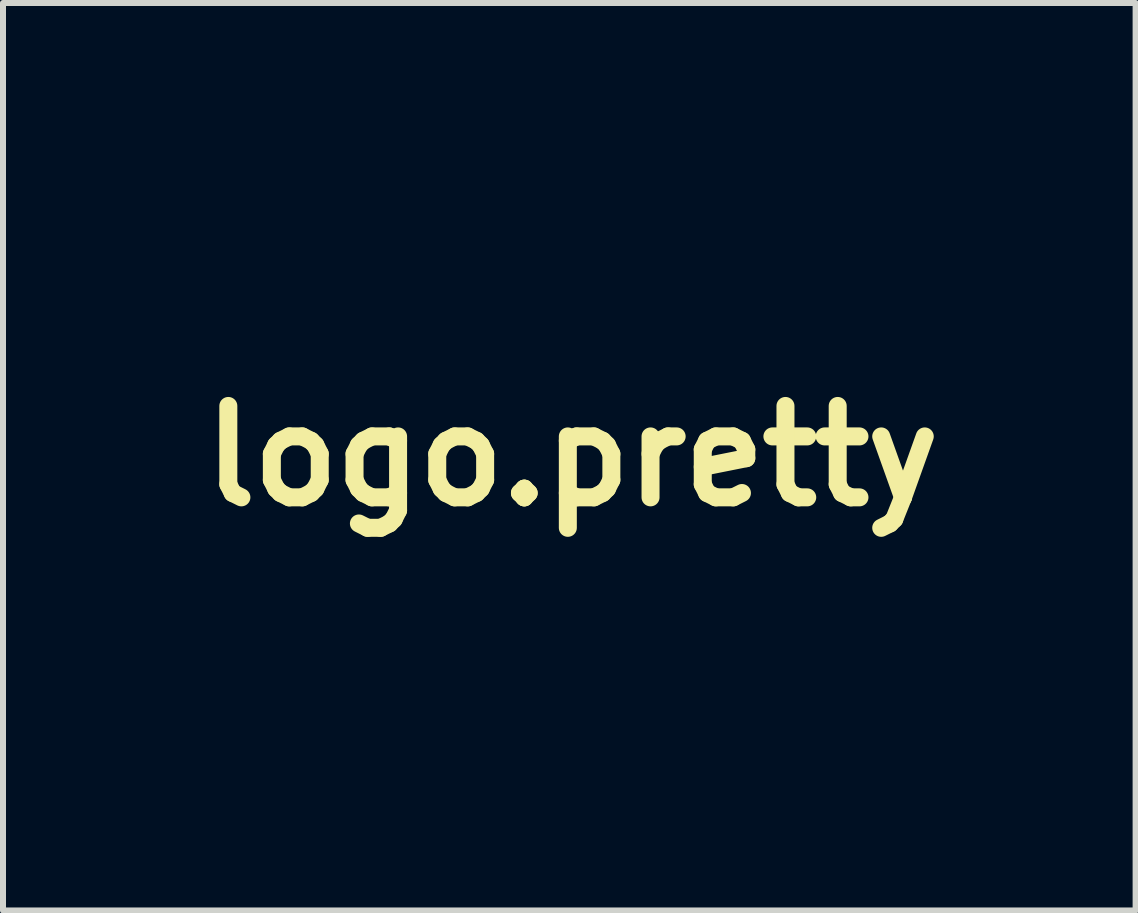
<source format=kicad_pcb>
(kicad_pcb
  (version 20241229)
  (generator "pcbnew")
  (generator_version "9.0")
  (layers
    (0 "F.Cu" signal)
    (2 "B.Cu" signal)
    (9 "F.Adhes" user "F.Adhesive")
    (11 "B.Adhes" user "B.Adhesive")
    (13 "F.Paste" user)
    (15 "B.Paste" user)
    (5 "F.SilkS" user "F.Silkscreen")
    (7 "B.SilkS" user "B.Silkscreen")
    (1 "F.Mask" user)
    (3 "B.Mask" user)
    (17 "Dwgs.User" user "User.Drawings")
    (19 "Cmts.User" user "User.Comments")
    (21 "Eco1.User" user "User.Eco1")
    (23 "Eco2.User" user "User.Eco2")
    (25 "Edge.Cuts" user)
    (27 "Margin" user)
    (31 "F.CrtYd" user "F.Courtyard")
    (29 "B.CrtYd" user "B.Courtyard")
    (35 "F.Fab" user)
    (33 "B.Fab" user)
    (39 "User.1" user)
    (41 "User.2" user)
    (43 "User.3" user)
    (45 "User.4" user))
  (footprint "logo.pretty"
    (layer "F.Cu")
    (at 6.49 4.553)
    (property "Reference" "logo.pretty" (at 0 0 0) (layer "F.SilkS") (effects (font (size 1.524 1.524) (thickness 0.3))))
    (attr through_hole)
    (fp_poly (pts (xy -0.099 -4.515) (xy -0.031 -4.434) (xy -0.014 -4.409) (xy 0.05 -4.333) (xy 0.097 -4.31) (xy 0.105 -4.317) (xy 0.155 -4.363) (xy 0.184 -4.343) (xy 0.168 -4.273) (xy 0.166 -4.27) (xy 0.139 -4.165) (xy 0.162 -4.027) (xy 0.163 -4.026) (xy 0.208 -3.873) (xy 0.253 -3.722) (xy 0.302 -3.596) (xy 0.374 -3.492) (xy 0.479 -3.402) (xy 0.63 -3.319) (xy 0.838 -3.238) (xy 1.113 -3.15) (xy 1.235 -3.115) (xy 1.496 -3.037) (xy 1.763 -2.953) (xy 2.011 -2.871) (xy 2.212 -2.799) (xy 2.27 -2.777) (xy 2.444 -2.708) (xy 2.558 -2.669) (xy 2.629 -2.656) (xy 2.677 -2.666) (xy 2.718 -2.698) (xy 2.73 -2.709) (xy 2.895 -2.817) (xy 3.117 -2.897) (xy 3.373 -2.946) (xy 3.639 -2.958) (xy 3.892 -2.931) (xy 3.929 -2.923) (xy 4.153 -2.826) (xy 4.347 -2.651) (xy 4.508 -2.398) (xy 4.585 -2.22) (xy 4.669 -1.911) (xy 4.677 -1.61) (xy 4.608 -1.296) (xy 4.595 -1.256) (xy 4.555 -1.134) (xy 4.547 -1.057) (xy 4.573 -0.991) (xy 4.627 -0.917) (xy 4.689 -0.823) (xy 4.775 -0.676) (xy 4.872 -0.497) (xy 4.943 -0.359) (xy 5.052 -0.142) (xy 5.14 0.04) (xy 5.216 0.209) (xy 5.29 0.387) (xy 5.373 0.598) (xy 5.473 0.864) (xy 5.483 0.889) (xy 5.524 1.028) (xy 5.571 1.234) (xy 5.621 1.49) (xy 5.671 1.78) (xy 5.72 2.086) (xy 5.764 2.392) (xy 5.8 2.68) (xy 5.827 2.934) (xy 5.841 3.136) (xy 5.842 3.203) (xy 5.842 3.596) (xy 5.715 3.662) (xy 5.623 3.732) (xy 5.588 3.808) (xy 5.552 3.923) (xy 5.444 3.994) (xy 5.267 4.021) (xy 5.246 4.022) (xy 5.121 4.017) (xy 5.059 3.998) (xy 5.039 3.955) (xy 5.038 3.934) (xy 5.021 3.872) (xy 4.955 3.857) (xy 4.921 3.86) (xy 4.836 3.886) (xy 4.799 3.954) (xy 4.792 4.006) (xy 4.769 4.09) (xy 4.709 4.145) (xy 4.6 4.176) (xy 4.426 4.19) (xy 4.313 4.191) (xy 4.189 4.187) (xy 4.128 4.169) (xy 4.108 4.125) (xy 4.106 4.085) (xy 4.086 4.001) (xy 4.025 3.979) (xy 3.89 4.002) (xy 3.822 4.072) (xy 3.81 4.143) (xy 3.78 4.238) (xy 3.684 4.312) (xy 3.514 4.369) (xy 3.441 4.385) (xy 3.262 4.4) (xy 3.146 4.361) (xy 3.093 4.269) (xy 3.09 4.233) (xy 3.079 4.143) (xy 3.03 4.11) (xy 2.974 4.107) (xy 2.843 4.125) (xy 2.772 4.189) (xy 2.745 4.296) (xy 2.724 4.381) (xy 2.671 4.426) (xy 2.561 4.454) (xy 2.406 4.468) (xy 2.252 4.464) (xy 2.238 4.462) (xy 2.13 4.434) (xy 2.077 4.379) (xy 2.059 4.315) (xy 2.023 4.223) (xy 1.953 4.192) (xy 1.931 4.191) (xy 1.789 4.208) (xy 1.714 4.265) (xy 1.693 4.36) (xy 1.681 4.444) (xy 1.632 4.495) (xy 1.532 4.521) (xy 1.366 4.53) (xy 1.333 4.53) (xy 1.156 4.524) (xy 1.047 4.501) (xy 0.992 4.454) (xy 0.974 4.375) (xy 0.974 4.356) (xy 0.968 4.28) (xy 0.935 4.245) (xy 0.851 4.234) (xy 0.783 4.233) (xy 0.593 4.233) (xy 0.593 4.572) (xy 0.286 4.569) (xy 0.127 4.564) (xy -0.001 4.556) (xy -0.072 4.545) (xy -0.074 4.544) (xy -0.11 4.491) (xy -0.127 4.391) (xy -0.127 4.378) (xy -0.127 4.233) (xy -0.334 4.233) (xy -0.458 4.237) (xy -0.523 4.257) (xy -0.553 4.31) (xy -0.569 4.381) (xy -0.597 4.53) (xy -0.859 4.529) (xy -1.06 4.524) (xy -1.192 4.506) (xy -1.271 4.469) (xy -1.314 4.407) (xy -1.328 4.354) (xy -1.349 4.279) (xy -1.388 4.244) (xy -1.471 4.237) (xy -1.555 4.242) (xy -1.678 4.254) (xy -1.74 4.28) (xy -1.765 4.335) (xy -1.77 4.373) (xy -1.784 4.491) (xy -2.109 4.478) (xy -2.273 4.471) (xy -2.371 4.459) (xy -2.421 4.436) (xy -2.441 4.395) (xy -2.448 4.348) (xy -2.495 4.236) (xy -2.567 4.189) (xy -2.68 4.154) (xy -2.745 4.169) (xy -2.788 4.242) (xy -2.799 4.271) (xy -2.834 4.344) (xy -2.891 4.385) (xy -2.995 4.406) (xy -3.058 4.413) (xy -3.216 4.418) (xy -3.365 4.406) (xy -3.415 4.395) (xy -3.513 4.356) (xy -3.551 4.294) (xy -3.556 4.233) (xy -3.584 4.12) (xy -3.653 4.048) (xy -3.739 4.024) (xy -3.82 4.053) (xy -3.872 4.142) (xy -3.873 4.149) (xy -3.896 4.224) (xy -3.938 4.262) (xy -4.022 4.274) (xy -4.112 4.276) (xy -4.301 4.262) (xy -4.419 4.219) (xy -4.477 4.139) (xy -4.487 4.063) (xy -4.506 3.965) (xy -4.547 3.937) (xy -4.64 3.922) (xy -4.675 3.911) (xy -4.734 3.918) (xy -4.782 3.998) (xy -4.788 4.017) (xy -4.827 4.102) (xy -4.884 4.139) (xy -4.991 4.148) (xy -5.01 4.148) (xy -5.19 4.14) (xy -5.301 4.114) (xy -5.358 4.061) (xy -5.376 3.973) (xy -5.376 3.956) (xy -5.392 3.847) (xy -5.449 3.793) (xy -5.465 3.787) (xy -5.562 3.783) (xy -5.619 3.849) (xy -5.637 3.916) (xy -5.674 3.979) (xy -5.769 4.01) (xy -5.802 4.013) (xy -5.998 4.004) (xy -6.133 3.94) (xy -6.205 3.824) (xy -6.209 3.805) (xy -6.261 3.687) (xy -6.361 3.624) (xy -6.485 3.577) (xy -6.457 3.027) (xy -6.425 2.604) (xy -6.371 2.16) (xy -6.3 1.715) (xy -6.215 1.29) (xy -6.121 0.906) (xy -6.02 0.583) (xy -6.008 0.55) (xy -5.939 0.367) (xy -5.864 0.168) (xy -5.833 0.085) (xy -5.776 -0.039) (xy -5.684 -0.209) (xy -5.571 -0.405) (xy -5.449 -0.605) (xy -5.33 -0.789) (xy -5.227 -0.937) (xy -5.162 -1.017) (xy -5.048 -1.143) (xy -4.986 -1.226) (xy -4.968 -1.28) (xy -4.984 -1.32) (xy -4.986 -1.322) (xy -5.021 -1.388) (xy -5.071 -1.508) (xy -5.122 -1.649) (xy -5.183 -1.896) (xy -5.184 -2.123) (xy -5.124 -2.358) (xy -5.049 -2.532) (xy -4.965 -2.679) (xy -4.859 -2.796) (xy -4.705 -2.91) (xy -4.685 -2.924) (xy -4.504 -3.031) (xy -4.342 -3.096) (xy -4.171 -3.127) (xy -3.96 -3.13) (xy -3.836 -3.124) (xy -3.611 -3.097) (xy -3.429 -3.042) (xy -3.312 -2.986) (xy -3.191 -2.913) (xy -3.103 -2.847) (xy -3.074 -2.813) (xy -3.024 -2.794) (xy -2.908 -2.814) (xy -2.735 -2.872) (xy -2.519 -2.962) (xy -2.343 -3.028) (xy -2.11 -3.097) (xy -1.846 -3.164) (xy -1.575 -3.223) (xy -1.319 -3.269) (xy -1.105 -3.297) (xy -1.001 -3.302) (xy -0.865 -3.343) (xy -0.742 -3.44) (xy -0.672 -3.522) (xy -0.618 -3.617) (xy -0.571 -3.748) (xy -0.523 -3.936) (xy -0.51 -3.991) (xy -0.458 -4.202) (xy -0.415 -4.334) (xy -0.379 -4.392) (xy -0.345 -4.379) (xy -0.314 -4.307) (xy -0.292 -4.257) (xy -0.272 -4.269) (xy -0.244 -4.352) (xy -0.236 -4.381) (xy -0.197 -4.486) (xy -0.158 -4.544) (xy -0.147 -4.548) (xy -0.099 -4.515)) (stroke (width 0.01) (type solid)) (fill yes) (layer "B.Mask")))
  (gr_rect
    (start -3 -3)
    (end 15.884 12.13)
    (stroke (width 0.1) (type default))
    (fill no)
    (layer "Edge.Cuts")))
</source>
